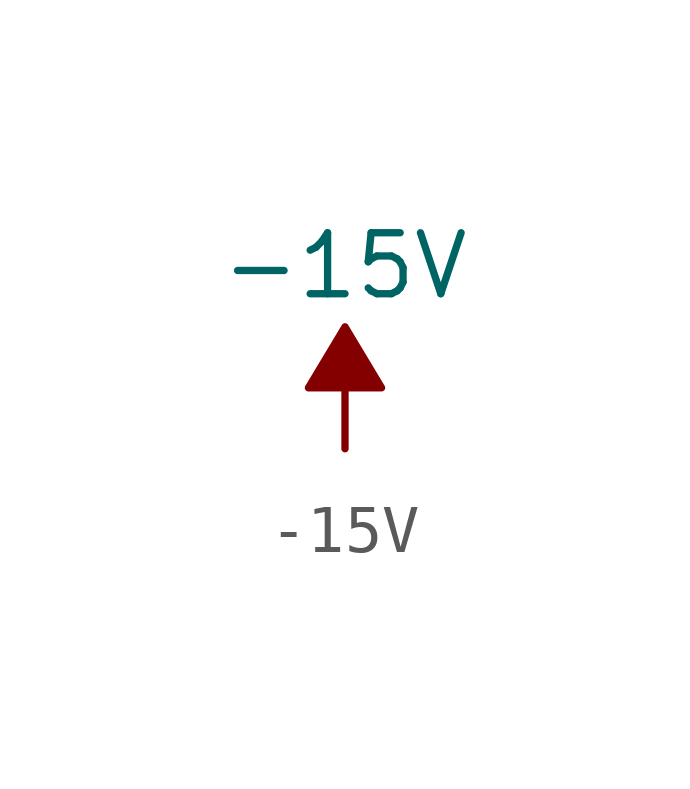
<source format=kicad_sym>
(kicad_symbol_lib
  (version 20211014)
  (generator kicad_symbol_editor)
  (symbol "-15V"
    (power)
    (pin_names
      (offset 0))
    (property "Reference" "#PWR"
      (at 0 2.54 0)
      (effects (font (size 1.27 1.27)) hide))
    (property "Value" "-15V"
      (at 0 3.81 0)
      (effects (font (size 1.27 1.27))))
    (symbol "-15V_0_0"
      (pin power_in line (at 0 0 90) (length 0) hide (name "-15V" (effects (font (size 1.27 1.27)))) (number "1" (effects (font (size 1.27 1.27))))))
    (symbol "-15V_0_1"
      (polyline (pts (xy 0 0) (xy 0 1.27) (xy 0.762 1.27) (xy 0 2.54) (xy -0.762 1.27) (xy 0 1.27)) (stroke (width 0) (type default) (color 0 0 0 0)) (fill (type outline))))))
</source>
